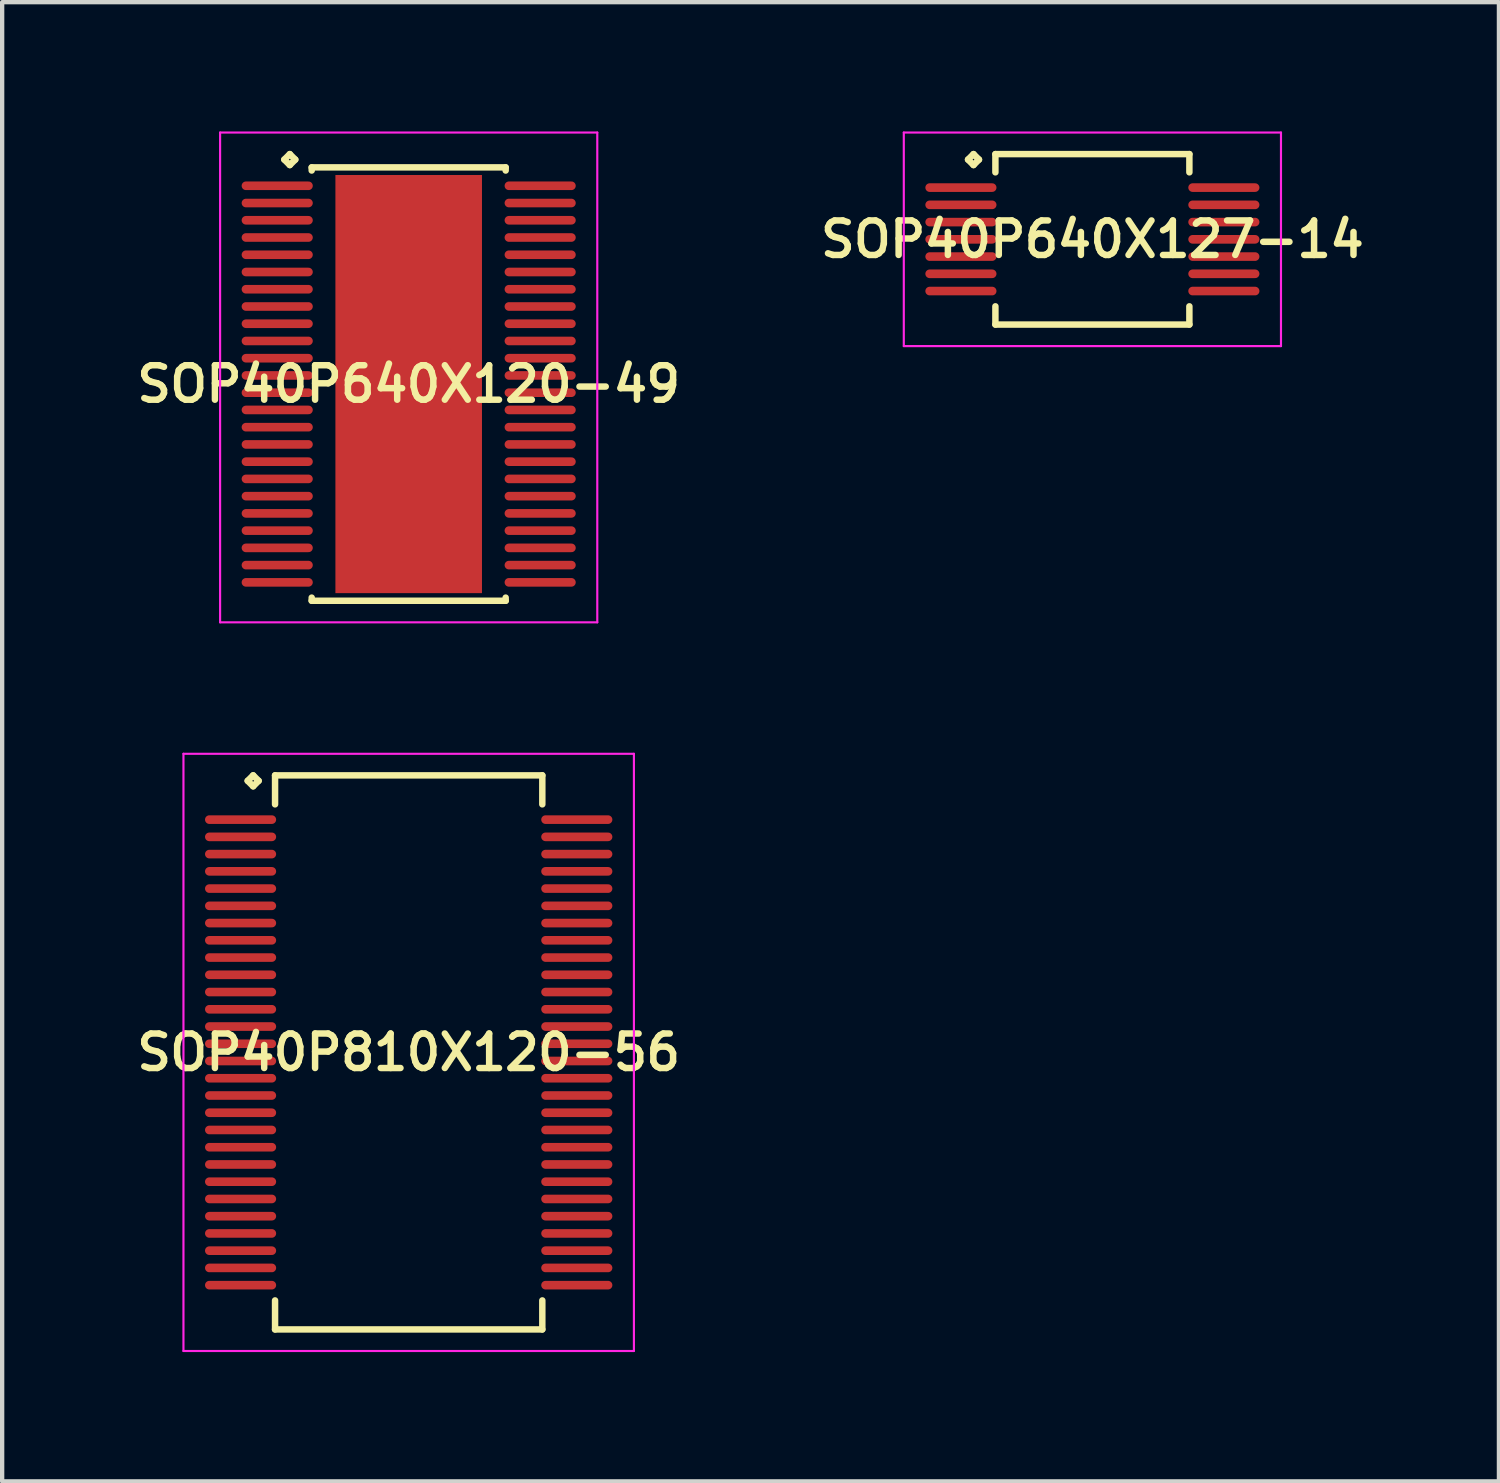
<source format=kicad_pcb>
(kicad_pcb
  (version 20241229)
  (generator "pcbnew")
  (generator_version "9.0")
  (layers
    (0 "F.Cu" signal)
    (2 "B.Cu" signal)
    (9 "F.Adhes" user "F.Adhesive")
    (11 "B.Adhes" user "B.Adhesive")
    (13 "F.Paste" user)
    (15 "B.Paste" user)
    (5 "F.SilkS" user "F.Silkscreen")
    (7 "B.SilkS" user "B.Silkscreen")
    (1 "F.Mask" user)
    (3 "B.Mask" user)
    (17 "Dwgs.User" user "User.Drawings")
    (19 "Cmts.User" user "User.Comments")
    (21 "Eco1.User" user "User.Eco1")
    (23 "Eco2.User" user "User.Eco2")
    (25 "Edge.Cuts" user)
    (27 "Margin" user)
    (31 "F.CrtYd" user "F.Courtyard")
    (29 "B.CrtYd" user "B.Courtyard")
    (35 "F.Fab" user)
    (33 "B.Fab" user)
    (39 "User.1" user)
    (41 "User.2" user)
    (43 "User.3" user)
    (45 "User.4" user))
  (footprint "SOP40P640X127-14"
    (layer "F.Cu")
    (at 22.292 2.502)
    (property "Reference" "SOP40P640X127-14" (at 0 0 0) (layer "F.SilkS") (effects (font (size 0.8 0.8) (thickness 0.15))))
    (attr smd)
    (fp_line (start -2.885 -1.85) (end -2.758 -1.977) (stroke (width 0.15) (type solid)) (layer "F.SilkS"))
    (fp_line (start -2.758 -1.977) (end -2.631 -1.85) (stroke (width 0.15) (type solid)) (layer "F.SilkS"))
    (fp_line (start -2.758 -1.723) (end -2.885 -1.85) (stroke (width 0.15) (type solid)) (layer "F.SilkS"))
    (fp_line (start -2.631 -1.85) (end -2.758 -1.723) (stroke (width 0.15) (type solid)) (layer "F.SilkS"))
    (fp_line (start -2.25 -1.977) (end 2.25 -1.977) (stroke (width 0.15) (type solid)) (layer "F.SilkS"))
    (fp_line (start -2.25 -1.554) (end -2.25 -1.977) (stroke (width 0.15) (type solid)) (layer "F.SilkS"))
    (fp_line (start -2.25 1.554) (end -2.25 1.977) (stroke (width 0.15) (type solid)) (layer "F.SilkS"))
    (fp_line (start -2.25 1.977) (end 2.25 1.977) (stroke (width 0.15) (type solid)) (layer "F.SilkS"))
    (fp_line (start 2.25 -1.977) (end 2.25 -1.554) (stroke (width 0.15) (type solid)) (layer "F.SilkS"))
    (fp_line (start 2.25 1.977) (end 2.25 1.554) (stroke (width 0.15) (type solid)) (layer "F.SilkS"))
    (fp_line (start -4.375 -2.477) (end 4.375 -2.477) (stroke (width 0.05) (type solid)) (layer "F.CrtYd"))
    (fp_line (start -4.375 2.477) (end -4.375 -2.477) (stroke (width 0.05) (type solid)) (layer "F.CrtYd"))
    (fp_line (start 4.375 -2.477) (end 4.375 2.477) (stroke (width 0.05) (type solid)) (layer "F.CrtYd"))
    (fp_line (start 4.375 2.477) (end -4.375 2.477) (stroke (width 0.05) (type solid)) (layer "F.CrtYd"))
    (pad "1" smd oval (at -3.05 -1.2) (size 1.65 0.2) (layers "F.Cu" "F.Mask" "F.Paste"))
    (pad "2" smd oval (at -3.05 -0.8) (size 1.65 0.2) (layers "F.Cu" "F.Mask" "F.Paste"))
    (pad "3" smd oval (at -3.05 -0.4) (size 1.65 0.2) (layers "F.Cu" "F.Mask" "F.Paste"))
    (pad "4" smd oval (at -3.05 0) (size 1.65 0.2) (layers "F.Cu" "F.Mask" "F.Paste"))
    (pad "5" smd oval (at -3.05 0.4) (size 1.65 0.2) (layers "F.Cu" "F.Mask" "F.Paste"))
    (pad "6" smd oval (at -3.05 0.8) (size 1.65 0.2) (layers "F.Cu" "F.Mask" "F.Paste"))
    (pad "7" smd oval (at -3.05 1.2) (size 1.65 0.2) (layers "F.Cu" "F.Mask" "F.Paste"))
    (pad "8" smd oval (at 3.05 1.2) (size 1.65 0.2) (layers "F.Cu" "F.Mask" "F.Paste"))
    (pad "9" smd oval (at 3.05 0.8) (size 1.65 0.2) (layers "F.Cu" "F.Mask" "F.Paste"))
    (pad "10" smd oval (at 3.05 0.4) (size 1.65 0.2) (layers "F.Cu" "F.Mask" "F.Paste"))
    (pad "11" smd oval (at 3.05 0) (size 1.65 0.2) (layers "F.Cu" "F.Mask" "F.Paste"))
    (pad "12" smd oval (at 3.05 -0.4) (size 1.65 0.2) (layers "F.Cu" "F.Mask" "F.Paste"))
    (pad "13" smd oval (at 3.05 -0.8) (size 1.65 0.2) (layers "F.Cu" "F.Mask" "F.Paste"))
    (pad "14" smd oval (at 3.05 -1.2) (size 1.65 0.2) (layers "F.Cu" "F.Mask" "F.Paste")))
  (footprint "SOP40P640X120-49"
    (layer "F.Cu")
    (at 6.431 5.86)
    (property "Reference" "SOP40P640X120-49" (at 0 0 0) (layer "F.SilkS") (effects (font (size 0.8 0.8) (thickness 0.15))))
    (attr smd)
    (fp_line (start -2.885 -5.208) (end -2.758 -5.335) (stroke (width 0.15) (type solid)) (layer "F.SilkS"))
    (fp_line (start -2.758 -5.335) (end -2.631 -5.208) (stroke (width 0.15) (type solid)) (layer "F.SilkS"))
    (fp_line (start -2.758 -5.081) (end -2.885 -5.208) (stroke (width 0.15) (type solid)) (layer "F.SilkS"))
    (fp_line (start -2.631 -5.208) (end -2.758 -5.081) (stroke (width 0.15) (type solid)) (layer "F.SilkS"))
    (fp_line (start -2.25 -5.027) (end 2.25 -5.027) (stroke (width 0.15) (type solid)) (layer "F.SilkS"))
    (fp_line (start -2.25 -4.954) (end -2.25 -5.027) (stroke (width 0.15) (type solid)) (layer "F.SilkS"))
    (fp_line (start -2.25 4.954) (end -2.25 5.027) (stroke (width 0.15) (type solid)) (layer "F.SilkS"))
    (fp_line (start -2.25 5.027) (end 2.25 5.027) (stroke (width 0.15) (type solid)) (layer "F.SilkS"))
    (fp_line (start 2.25 -5.027) (end 2.25 -4.954) (stroke (width 0.15) (type solid)) (layer "F.SilkS"))
    (fp_line (start 2.25 5.027) (end 2.25 4.954) (stroke (width 0.15) (type solid)) (layer "F.SilkS"))
    (fp_line (start -4.375 -5.835) (end 4.375 -5.835) (stroke (width 0.05) (type solid)) (layer "F.CrtYd"))
    (fp_line (start -4.375 5.527) (end -4.375 -5.835) (stroke (width 0.05) (type solid)) (layer "F.CrtYd"))
    (fp_line (start 4.375 -5.835) (end 4.375 5.527) (stroke (width 0.05) (type solid)) (layer "F.CrtYd"))
    (fp_line (start 4.375 5.527) (end -4.375 5.527) (stroke (width 0.05) (type solid)) (layer "F.CrtYd"))
    (pad "1" smd oval (at -3.05 -4.6) (size 1.65 0.2) (layers "F.Cu" "F.Mask" "F.Paste"))
    (pad "2" smd oval (at -3.05 -4.2) (size 1.65 0.2) (layers "F.Cu" "F.Mask" "F.Paste"))
    (pad "3" smd oval (at -3.05 -3.8) (size 1.65 0.2) (layers "F.Cu" "F.Mask" "F.Paste"))
    (pad "4" smd oval (at -3.05 -3.4) (size 1.65 0.2) (layers "F.Cu" "F.Mask" "F.Paste"))
    (pad "5" smd oval (at -3.05 -3) (size 1.65 0.2) (layers "F.Cu" "F.Mask" "F.Paste"))
    (pad "6" smd oval (at -3.05 -2.6) (size 1.65 0.2) (layers "F.Cu" "F.Mask" "F.Paste"))
    (pad "7" smd oval (at -3.05 -2.2) (size 1.65 0.2) (layers "F.Cu" "F.Mask" "F.Paste"))
    (pad "8" smd oval (at -3.05 -1.8) (size 1.65 0.2) (layers "F.Cu" "F.Mask" "F.Paste"))
    (pad "9" smd oval (at -3.05 -1.4) (size 1.65 0.2) (layers "F.Cu" "F.Mask" "F.Paste"))
    (pad "10" smd oval (at -3.05 -1) (size 1.65 0.2) (layers "F.Cu" "F.Mask" "F.Paste"))
    (pad "11" smd oval (at -3.05 -0.6) (size 1.65 0.2) (layers "F.Cu" "F.Mask" "F.Paste"))
    (pad "12" smd oval (at -3.05 -0.2) (size 1.65 0.2) (layers "F.Cu" "F.Mask" "F.Paste"))
    (pad "13" smd oval (at -3.05 0.2) (size 1.65 0.2) (layers "F.Cu" "F.Mask" "F.Paste"))
    (pad "14" smd oval (at -3.05 0.6) (size 1.65 0.2) (layers "F.Cu" "F.Mask" "F.Paste"))
    (pad "15" smd oval (at -3.05 1) (size 1.65 0.2) (layers "F.Cu" "F.Mask" "F.Paste"))
    (pad "16" smd oval (at -3.05 1.4) (size 1.65 0.2) (layers "F.Cu" "F.Mask" "F.Paste"))
    (pad "17" smd oval (at -3.05 1.8) (size 1.65 0.2) (layers "F.Cu" "F.Mask" "F.Paste"))
    (pad "18" smd oval (at -3.05 2.2) (size 1.65 0.2) (layers "F.Cu" "F.Mask" "F.Paste"))
    (pad "19" smd oval (at -3.05 2.6) (size 1.65 0.2) (layers "F.Cu" "F.Mask" "F.Paste"))
    (pad "20" smd oval (at -3.05 3) (size 1.65 0.2) (layers "F.Cu" "F.Mask" "F.Paste"))
    (pad "21" smd oval (at -3.05 3.4) (size 1.65 0.2) (layers "F.Cu" "F.Mask" "F.Paste"))
    (pad "22" smd oval (at -3.05 3.8) (size 1.65 0.2) (layers "F.Cu" "F.Mask" "F.Paste"))
    (pad "23" smd oval (at -3.05 4.2) (size 1.65 0.2) (layers "F.Cu" "F.Mask" "F.Paste"))
    (pad "24" smd oval (at -3.05 4.6) (size 1.65 0.2) (layers "F.Cu" "F.Mask" "F.Paste"))
    (pad "25" smd oval (at 3.05 4.6) (size 1.65 0.2) (layers "F.Cu" "F.Mask" "F.Paste"))
    (pad "26" smd oval (at 3.05 4.2) (size 1.65 0.2) (layers "F.Cu" "F.Mask" "F.Paste"))
    (pad "27" smd oval (at 3.05 3.8) (size 1.65 0.2) (layers "F.Cu" "F.Mask" "F.Paste"))
    (pad "28" smd oval (at 3.05 3.4) (size 1.65 0.2) (layers "F.Cu" "F.Mask" "F.Paste"))
    (pad "29" smd oval (at 3.05 3) (size 1.65 0.2) (layers "F.Cu" "F.Mask" "F.Paste"))
    (pad "30" smd oval (at 3.05 2.6) (size 1.65 0.2) (layers "F.Cu" "F.Mask" "F.Paste"))
    (pad "31" smd oval (at 3.05 2.2) (size 1.65 0.2) (layers "F.Cu" "F.Mask" "F.Paste"))
    (pad "32" smd oval (at 3.05 1.8) (size 1.65 0.2) (layers "F.Cu" "F.Mask" "F.Paste"))
    (pad "33" smd oval (at 3.05 1.4) (size 1.65 0.2) (layers "F.Cu" "F.Mask" "F.Paste"))
    (pad "34" smd oval (at 3.05 1) (size 1.65 0.2) (layers "F.Cu" "F.Mask" "F.Paste"))
    (pad "35" smd oval (at 3.05 0.6) (size 1.65 0.2) (layers "F.Cu" "F.Mask" "F.Paste"))
    (pad "36" smd oval (at 3.05 0.2) (size 1.65 0.2) (layers "F.Cu" "F.Mask" "F.Paste"))
    (pad "37" smd oval (at 3.05 -0.2) (size 1.65 0.2) (layers "F.Cu" "F.Mask" "F.Paste"))
    (pad "38" smd oval (at 3.05 -0.6) (size 1.65 0.2) (layers "F.Cu" "F.Mask" "F.Paste"))
    (pad "39" smd oval (at 3.05 -1) (size 1.65 0.2) (layers "F.Cu" "F.Mask" "F.Paste"))
    (pad "40" smd oval (at 3.05 -1.4) (size 1.65 0.2) (layers "F.Cu" "F.Mask" "F.Paste"))
    (pad "41" smd oval (at 3.05 -1.8) (size 1.65 0.2) (layers "F.Cu" "F.Mask" "F.Paste"))
    (pad "42" smd oval (at 3.05 -2.2) (size 1.65 0.2) (layers "F.Cu" "F.Mask" "F.Paste"))
    (pad "43" smd oval (at 3.05 -2.6) (size 1.65 0.2) (layers "F.Cu" "F.Mask" "F.Paste"))
    (pad "44" smd oval (at 3.05 -3) (size 1.65 0.2) (layers "F.Cu" "F.Mask" "F.Paste"))
    (pad "45" smd oval (at 3.05 -3.4) (size 1.65 0.2) (layers "F.Cu" "F.Mask" "F.Paste"))
    (pad "46" smd oval (at 3.05 -3.8) (size 1.65 0.2) (layers "F.Cu" "F.Mask" "F.Paste"))
    (pad "47" smd oval (at 3.05 -4.2) (size 1.65 0.2) (layers "F.Cu" "F.Mask" "F.Paste"))
    (pad "48" smd oval (at 3.05 -4.6) (size 1.65 0.2) (layers "F.Cu" "F.Mask" "F.Paste"))
    (pad "49" smd rect (at 0 0) (size 3.4 9.7) (layers "F.Cu" "F.Mask" "F.Paste")))
  (footprint "SOP40P810X120-56"
    (layer "F.Cu")
    (at 6.431 21.364)
    (property "Reference" "SOP40P810X120-56" (at 0 0 0) (layer "F.SilkS") (effects (font (size 0.8 0.8) (thickness 0.15))))
    (attr smd)
    (fp_line (start -3.735 -6.3) (end -3.608 -6.427) (stroke (width 0.15) (type solid)) (layer "F.SilkS"))
    (fp_line (start -3.608 -6.427) (end -3.481 -6.3) (stroke (width 0.15) (type solid)) (layer "F.SilkS"))
    (fp_line (start -3.608 -6.173) (end -3.735 -6.3) (stroke (width 0.15) (type solid)) (layer "F.SilkS"))
    (fp_line (start -3.481 -6.3) (end -3.608 -6.173) (stroke (width 0.15) (type solid)) (layer "F.SilkS"))
    (fp_line (start -3.1 -6.427) (end 3.1 -6.427) (stroke (width 0.15) (type solid)) (layer "F.SilkS"))
    (fp_line (start -3.1 -5.754) (end -3.1 -6.427) (stroke (width 0.15) (type solid)) (layer "F.SilkS"))
    (fp_line (start -3.1 5.754) (end -3.1 6.427) (stroke (width 0.15) (type solid)) (layer "F.SilkS"))
    (fp_line (start -3.1 6.427) (end 3.1 6.427) (stroke (width 0.15) (type solid)) (layer "F.SilkS"))
    (fp_line (start 3.1 -6.427) (end 3.1 -5.754) (stroke (width 0.15) (type solid)) (layer "F.SilkS"))
    (fp_line (start 3.1 6.427) (end 3.1 5.754) (stroke (width 0.15) (type solid)) (layer "F.SilkS"))
    (fp_line (start -5.225 -6.927) (end 5.225 -6.927) (stroke (width 0.05) (type solid)) (layer "F.CrtYd"))
    (fp_line (start -5.225 6.927) (end -5.225 -6.927) (stroke (width 0.05) (type solid)) (layer "F.CrtYd"))
    (fp_line (start 5.225 -6.927) (end 5.225 6.927) (stroke (width 0.05) (type solid)) (layer "F.CrtYd"))
    (fp_line (start 5.225 6.927) (end -5.225 6.927) (stroke (width 0.05) (type solid)) (layer "F.CrtYd"))
    (pad "1" smd oval (at -3.9 -5.4) (size 1.65 0.2) (layers "F.Cu" "F.Mask" "F.Paste"))
    (pad "2" smd oval (at -3.9 -5) (size 1.65 0.2) (layers "F.Cu" "F.Mask" "F.Paste"))
    (pad "3" smd oval (at -3.9 -4.6) (size 1.65 0.2) (layers "F.Cu" "F.Mask" "F.Paste"))
    (pad "4" smd oval (at -3.9 -4.2) (size 1.65 0.2) (layers "F.Cu" "F.Mask" "F.Paste"))
    (pad "5" smd oval (at -3.9 -3.8) (size 1.65 0.2) (layers "F.Cu" "F.Mask" "F.Paste"))
    (pad "6" smd oval (at -3.9 -3.4) (size 1.65 0.2) (layers "F.Cu" "F.Mask" "F.Paste"))
    (pad "7" smd oval (at -3.9 -3) (size 1.65 0.2) (layers "F.Cu" "F.Mask" "F.Paste"))
    (pad "8" smd oval (at -3.9 -2.6) (size 1.65 0.2) (layers "F.Cu" "F.Mask" "F.Paste"))
    (pad "9" smd oval (at -3.9 -2.2) (size 1.65 0.2) (layers "F.Cu" "F.Mask" "F.Paste"))
    (pad "10" smd oval (at -3.9 -1.8) (size 1.65 0.2) (layers "F.Cu" "F.Mask" "F.Paste"))
    (pad "11" smd oval (at -3.9 -1.4) (size 1.65 0.2) (layers "F.Cu" "F.Mask" "F.Paste"))
    (pad "12" smd oval (at -3.9 -1) (size 1.65 0.2) (layers "F.Cu" "F.Mask" "F.Paste"))
    (pad "13" smd oval (at -3.9 -0.6) (size 1.65 0.2) (layers "F.Cu" "F.Mask" "F.Paste"))
    (pad "14" smd oval (at -3.9 -0.2) (size 1.65 0.2) (layers "F.Cu" "F.Mask" "F.Paste"))
    (pad "15" smd oval (at -3.9 0.2) (size 1.65 0.2) (layers "F.Cu" "F.Mask" "F.Paste"))
    (pad "16" smd oval (at -3.9 0.6) (size 1.65 0.2) (layers "F.Cu" "F.Mask" "F.Paste"))
    (pad "17" smd oval (at -3.9 1) (size 1.65 0.2) (layers "F.Cu" "F.Mask" "F.Paste"))
    (pad "18" smd oval (at -3.9 1.4) (size 1.65 0.2) (layers "F.Cu" "F.Mask" "F.Paste"))
    (pad "19" smd oval (at -3.9 1.8) (size 1.65 0.2) (layers "F.Cu" "F.Mask" "F.Paste"))
    (pad "20" smd oval (at -3.9 2.2) (size 1.65 0.2) (layers "F.Cu" "F.Mask" "F.Paste"))
    (pad "21" smd oval (at -3.9 2.6) (size 1.65 0.2) (layers "F.Cu" "F.Mask" "F.Paste"))
    (pad "22" smd oval (at -3.9 3) (size 1.65 0.2) (layers "F.Cu" "F.Mask" "F.Paste"))
    (pad "23" smd oval (at -3.9 3.4) (size 1.65 0.2) (layers "F.Cu" "F.Mask" "F.Paste"))
    (pad "24" smd oval (at -3.9 3.8) (size 1.65 0.2) (layers "F.Cu" "F.Mask" "F.Paste"))
    (pad "25" smd oval (at -3.9 4.2) (size 1.65 0.2) (layers "F.Cu" "F.Mask" "F.Paste"))
    (pad "26" smd oval (at -3.9 4.6) (size 1.65 0.2) (layers "F.Cu" "F.Mask" "F.Paste"))
    (pad "27" smd oval (at -3.9 5) (size 1.65 0.2) (layers "F.Cu" "F.Mask" "F.Paste"))
    (pad "28" smd oval (at -3.9 5.4) (size 1.65 0.2) (layers "F.Cu" "F.Mask" "F.Paste"))
    (pad "29" smd oval (at 3.9 5.4) (size 1.65 0.2) (layers "F.Cu" "F.Mask" "F.Paste"))
    (pad "30" smd oval (at 3.9 5) (size 1.65 0.2) (layers "F.Cu" "F.Mask" "F.Paste"))
    (pad "31" smd oval (at 3.9 4.6) (size 1.65 0.2) (layers "F.Cu" "F.Mask" "F.Paste"))
    (pad "32" smd oval (at 3.9 4.2) (size 1.65 0.2) (layers "F.Cu" "F.Mask" "F.Paste"))
    (pad "33" smd oval (at 3.9 3.8) (size 1.65 0.2) (layers "F.Cu" "F.Mask" "F.Paste"))
    (pad "34" smd oval (at 3.9 3.4) (size 1.65 0.2) (layers "F.Cu" "F.Mask" "F.Paste"))
    (pad "35" smd oval (at 3.9 3) (size 1.65 0.2) (layers "F.Cu" "F.Mask" "F.Paste"))
    (pad "36" smd oval (at 3.9 2.6) (size 1.65 0.2) (layers "F.Cu" "F.Mask" "F.Paste"))
    (pad "37" smd oval (at 3.9 2.2) (size 1.65 0.2) (layers "F.Cu" "F.Mask" "F.Paste"))
    (pad "38" smd oval (at 3.9 1.8) (size 1.65 0.2) (layers "F.Cu" "F.Mask" "F.Paste"))
    (pad "39" smd oval (at 3.9 1.4) (size 1.65 0.2) (layers "F.Cu" "F.Mask" "F.Paste"))
    (pad "40" smd oval (at 3.9 1) (size 1.65 0.2) (layers "F.Cu" "F.Mask" "F.Paste"))
    (pad "41" smd oval (at 3.9 0.6) (size 1.65 0.2) (layers "F.Cu" "F.Mask" "F.Paste"))
    (pad "42" smd oval (at 3.9 0.2) (size 1.65 0.2) (layers "F.Cu" "F.Mask" "F.Paste"))
    (pad "43" smd oval (at 3.9 -0.2) (size 1.65 0.2) (layers "F.Cu" "F.Mask" "F.Paste"))
    (pad "44" smd oval (at 3.9 -0.6) (size 1.65 0.2) (layers "F.Cu" "F.Mask" "F.Paste"))
    (pad "45" smd oval (at 3.9 -1) (size 1.65 0.2) (layers "F.Cu" "F.Mask" "F.Paste"))
    (pad "46" smd oval (at 3.9 -1.4) (size 1.65 0.2) (layers "F.Cu" "F.Mask" "F.Paste"))
    (pad "47" smd oval (at 3.9 -1.8) (size 1.65 0.2) (layers "F.Cu" "F.Mask" "F.Paste"))
    (pad "48" smd oval (at 3.9 -2.2) (size 1.65 0.2) (layers "F.Cu" "F.Mask" "F.Paste"))
    (pad "49" smd oval (at 3.9 -2.6) (size 1.65 0.2) (layers "F.Cu" "F.Mask" "F.Paste"))
    (pad "50" smd oval (at 3.9 -3) (size 1.65 0.2) (layers "F.Cu" "F.Mask" "F.Paste"))
    (pad "51" smd oval (at 3.9 -3.4) (size 1.65 0.2) (layers "F.Cu" "F.Mask" "F.Paste"))
    (pad "52" smd oval (at 3.9 -3.8) (size 1.65 0.2) (layers "F.Cu" "F.Mask" "F.Paste"))
    (pad "53" smd oval (at 3.9 -4.2) (size 1.65 0.2) (layers "F.Cu" "F.Mask" "F.Paste"))
    (pad "54" smd oval (at 3.9 -4.6) (size 1.65 0.2) (layers "F.Cu" "F.Mask" "F.Paste"))
    (pad "55" smd oval (at 3.9 -5) (size 1.65 0.2) (layers "F.Cu" "F.Mask" "F.Paste"))
    (pad "56" smd oval (at 3.9 -5.4) (size 1.65 0.2) (layers "F.Cu" "F.Mask" "F.Paste")))
  (gr_rect
    (start -3 -3)
    (end 31.723 31.316)
    (stroke (width 0.1) (type default))
    (fill no)
    (layer "Edge.Cuts")))
</source>
